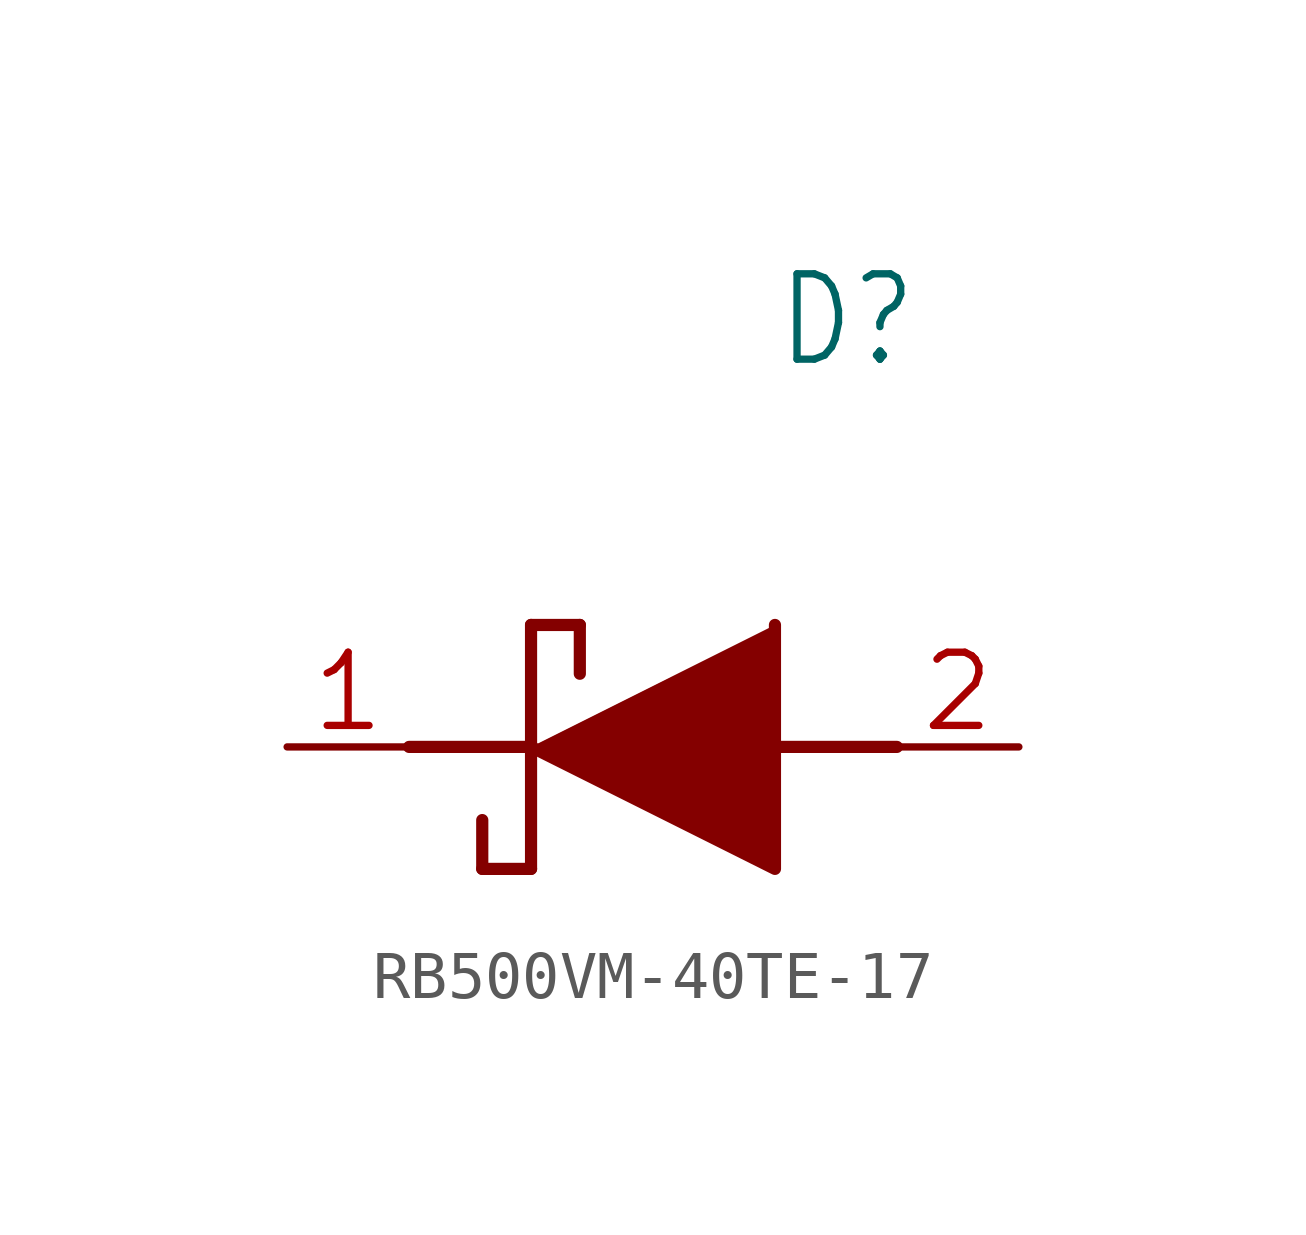
<source format=kicad_sym>
(kicad_symbol_lib
  (version 20241209)
  (generator "kicad_symbol_editor")
  (generator_version "9.0")
  (symbol "RB500VM-40TE-17"
    (property "Reference" "D"
      (at 12.7 8.89 0)
      (effects (font (size 1.778 1.511)) (justify left)))
    (property "Value" ""
      (at 12.7 6.35 0)
      (effects (font (size 1.778 1.511)) (justify left)))
    (property "ki_locked" ""
      (at 0 0 0)
      (effects (font (size 1.27 1.27))))
    (symbol "RB500VM-40TE-17_1_0"
      (polyline (pts (xy 5.08 0) (xy 7.62 0)) (stroke (width 0.254) (type solid)) (fill (type none)))
      (polyline (pts (xy 6.604 -1.524) (xy 6.604 -2.54)) (stroke (width 0.254) (type solid)) (fill (type none)))
      (polyline (pts (xy 7.62 2.54) (xy 7.62 0)) (stroke (width 0.254) (type solid)) (fill (type none)))
      (polyline (pts (xy 7.62 2.54) (xy 8.636 2.54)) (stroke (width 0.254) (type solid)) (fill (type none)))
      (polyline (pts (xy 7.62 0) (xy 7.62 -2.54)) (stroke (width 0.254) (type solid)) (fill (type none)))
      (polyline (pts (xy 7.62 0) (xy 12.7 -2.54) (xy 12.7 2.54)) (stroke (width 0.254) (type solid)) (fill (type outline)))
      (polyline (pts (xy 7.62 -2.54) (xy 6.604 -2.54)) (stroke (width 0.254) (type solid)) (fill (type none)))
      (polyline (pts (xy 8.636 1.524) (xy 8.636 2.54)) (stroke (width 0.254) (type solid)) (fill (type none)))
      (polyline (pts (xy 12.7 0) (xy 15.24 0)) (stroke (width 0.254) (type solid)) (fill (type none)))
      (pin bidirectional line (at 2.54 0 0) (length 2.54) (name "K" (effects (font (size 0 0)))) (number "1" (effects (font (size 1.524 1.524)))))
      (pin bidirectional line (at 17.78 0 180) (length 2.54) (name "A" (effects (font (size 0 0)))) (number "2" (effects (font (size 1.524 1.524))))))))
</source>
